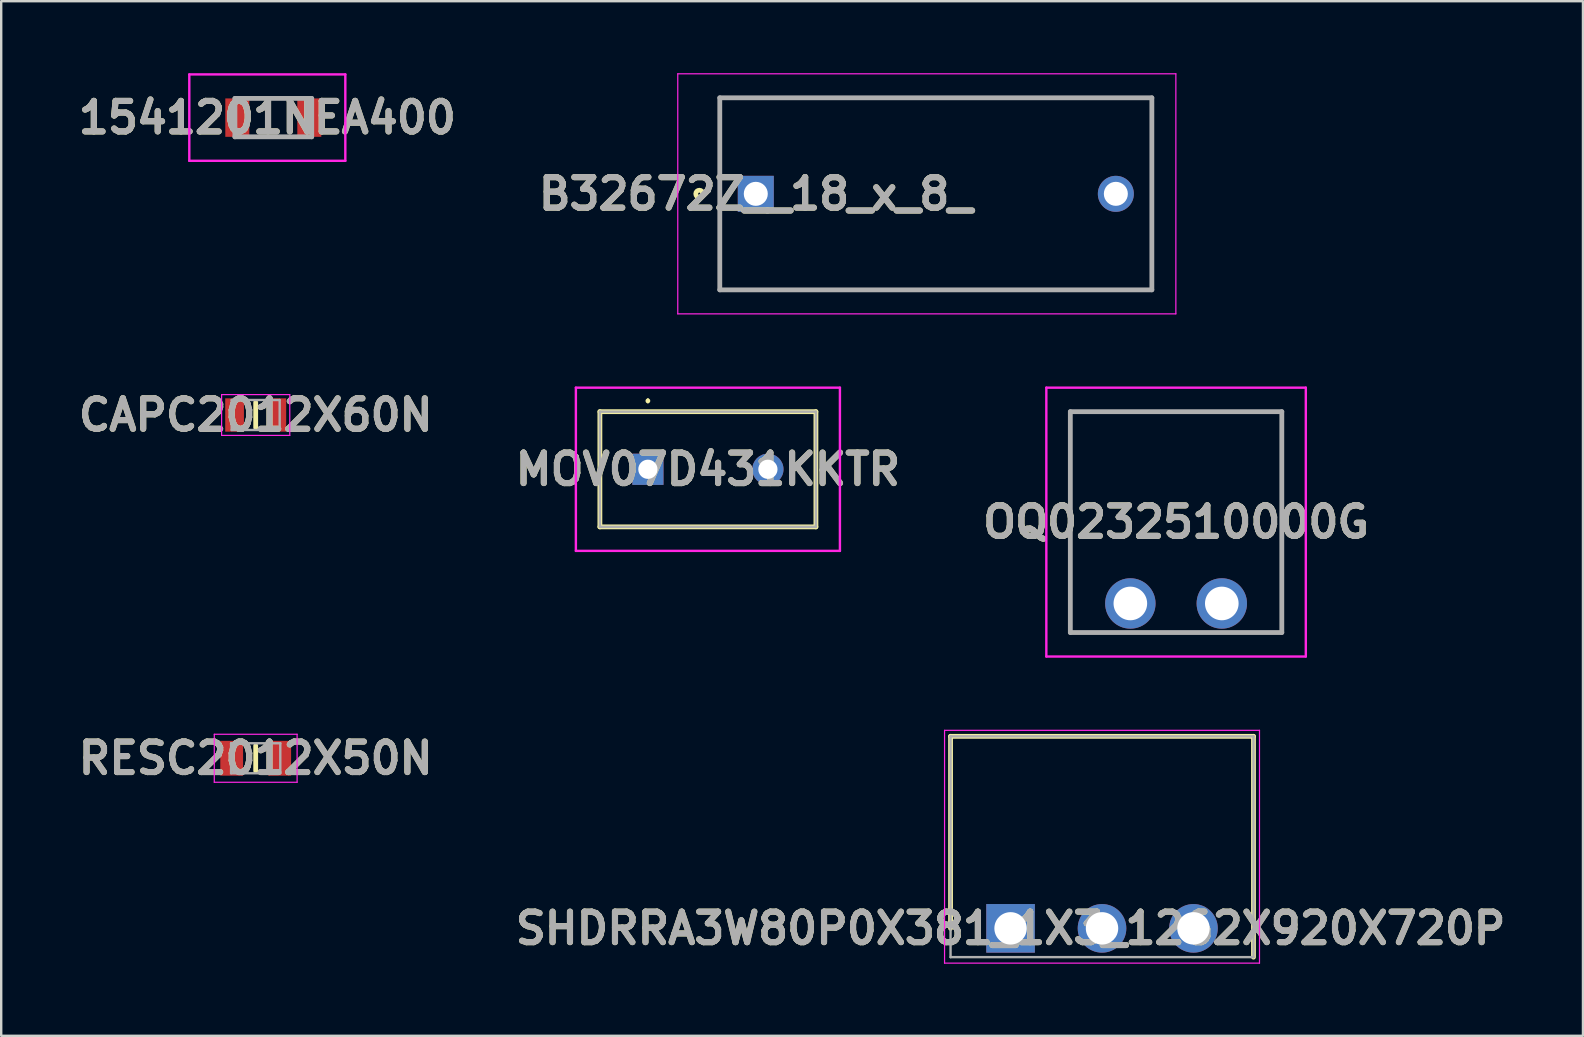
<source format=kicad_pcb>
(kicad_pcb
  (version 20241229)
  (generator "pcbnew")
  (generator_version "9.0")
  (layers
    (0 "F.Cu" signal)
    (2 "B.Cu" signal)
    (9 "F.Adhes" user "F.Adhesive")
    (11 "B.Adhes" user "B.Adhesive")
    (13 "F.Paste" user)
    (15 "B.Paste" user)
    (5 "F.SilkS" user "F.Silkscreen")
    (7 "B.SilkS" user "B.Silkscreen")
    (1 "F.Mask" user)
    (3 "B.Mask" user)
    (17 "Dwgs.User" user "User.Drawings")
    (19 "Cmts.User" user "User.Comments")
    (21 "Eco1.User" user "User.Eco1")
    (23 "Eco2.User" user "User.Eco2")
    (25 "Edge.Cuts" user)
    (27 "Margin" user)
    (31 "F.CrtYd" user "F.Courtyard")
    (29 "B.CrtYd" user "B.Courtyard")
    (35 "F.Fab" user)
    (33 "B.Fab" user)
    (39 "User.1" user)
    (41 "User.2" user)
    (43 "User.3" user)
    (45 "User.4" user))
  (footprint "MOV07D431KKTR"
    (layer "F.Cu")
    (at 23.941 16.5)
    (property "Reference" "MOV07D431KKTR" (at 2.5 0 0) (layer "F.SilkS") (effects (font (size 1.27 1.27) (thickness 0.254))))
    (attr through_hole)
    (fp_line (start -2 -2.4) (end -2 2.4) (stroke (width 0.2) (type solid)) (layer "F.SilkS"))
    (fp_line (start -2 2.4) (end 7 2.4) (stroke (width 0.2) (type solid)) (layer "F.SilkS"))
    (fp_line (start 0 -2.9) (end 0 -2.9) (stroke (width 0.1) (type solid)) (layer "F.SilkS"))
    (fp_line (start 0 -2.8) (end 0 -2.8) (stroke (width 0.1) (type solid)) (layer "F.SilkS"))
    (fp_line (start 7 -2.4) (end -2 -2.4) (stroke (width 0.2) (type solid)) (layer "F.SilkS"))
    (fp_line (start 7 2.4) (end 7 -2.4) (stroke (width 0.2) (type solid)) (layer "F.SilkS"))
    (fp_arc (start 0 -2.9) (mid 0.05 -2.85) (end 0 -2.8) (stroke (width 0.1) (type solid)) (layer "F.SilkS"))
    (fp_arc (start 0 -2.8) (mid -0.05 -2.85) (end 0 -2.9) (stroke (width 0.1) (type solid)) (layer "F.SilkS"))
    (fp_line (start -3 -3.4) (end 8 -3.4) (stroke (width 0.1) (type solid)) (layer "F.CrtYd"))
    (fp_line (start -3 3.4) (end -3 -3.4) (stroke (width 0.1) (type solid)) (layer "F.CrtYd"))
    (fp_line (start 8 -3.4) (end 8 3.4) (stroke (width 0.1) (type solid)) (layer "F.CrtYd"))
    (fp_line (start 8 3.4) (end -3 3.4) (stroke (width 0.1) (type solid)) (layer "F.CrtYd"))
    (fp_line (start -2 -2.4) (end -2 2.4) (stroke (width 0.1) (type solid)) (layer "F.Fab"))
    (fp_line (start -2 2.4) (end 7 2.4) (stroke (width 0.1) (type solid)) (layer "F.Fab"))
    (fp_line (start 7 -2.4) (end -2 -2.4) (stroke (width 0.1) (type solid)) (layer "F.Fab"))
    (fp_line (start 7 2.4) (end 7 -2.4) (stroke (width 0.1) (type solid)) (layer "F.Fab"))
    (fp_text user "${REFERENCE}" (at 2.5 0 0) (layer "F.Fab") (effects (font (size 1.27 1.27) (thickness 0.254))))
    (pad "1" thru_hole rect (at 0 0) (size 1.3 1.3) (drill 0.8) (layers "*.Cu" "*.Mask"))
    (pad "2" thru_hole circle (at 5 0) (size 1.3 1.3) (drill 0.8) (layers "*.Cu" "*.Mask")))
  (footprint "1541201NEA400"
    (layer "F.Cu")
    (at 8.336 1.85)
    (property "Reference" "1541201NEA400" (at -0.25 0 0) (layer "F.SilkS") (effects (font (size 1.27 1.27) (thickness 0.254))))
    (attr smd)
    (fp_line (start -2.5 0) (end -2.5 0) (stroke (width 0.1) (type solid)) (layer "F.SilkS"))
    (fp_line (start -2.4 0) (end -2.4 0) (stroke (width 0.1) (type solid)) (layer "F.SilkS"))
    (fp_line (start -0.6 -0.8) (end 0.6 -0.8) (stroke (width 0.1) (type solid)) (layer "F.SilkS"))
    (fp_line (start -0.6 0.8) (end 0.6 0.8) (stroke (width 0.1) (type solid)) (layer "F.SilkS"))
    (fp_arc (start -2.5 0) (mid -2.45 -0.05) (end -2.4 0) (stroke (width 0.1) (type solid)) (layer "F.SilkS"))
    (fp_arc (start -2.4 0) (mid -2.45 0.05) (end -2.5 0) (stroke (width 0.1) (type solid)) (layer "F.SilkS"))
    (fp_line (start -3.5 -1.8) (end 3 -1.8) (stroke (width 0.1) (type solid)) (layer "F.CrtYd"))
    (fp_line (start -3.5 1.8) (end -3.5 -1.8) (stroke (width 0.1) (type solid)) (layer "F.CrtYd"))
    (fp_line (start 3 -1.8) (end 3 1.8) (stroke (width 0.1) (type solid)) (layer "F.CrtYd"))
    (fp_line (start 3 1.8) (end -3.5 1.8) (stroke (width 0.1) (type solid)) (layer "F.CrtYd"))
    (fp_line (start -1.6 -0.8) (end 1.6 -0.8) (stroke (width 0.2) (type solid)) (layer "F.Fab"))
    (fp_line (start -1.6 0.8) (end -1.6 -0.8) (stroke (width 0.2) (type solid)) (layer "F.Fab"))
    (fp_line (start 1.6 -0.8) (end 1.6 0.8) (stroke (width 0.2) (type solid)) (layer "F.Fab"))
    (fp_line (start 1.6 0.8) (end -1.6 0.8) (stroke (width 0.2) (type solid)) (layer "F.Fab"))
    (fp_text user "${REFERENCE}" (at -0.25 0 0) (layer "F.Fab") (effects (font (size 1.27 1.27) (thickness 0.254))))
    (pad "1" smd rect (at -1.5 0) (size 1 1.6) (layers "F.Cu" "F.Mask" "F.Paste"))
    (pad "2" smd rect (at 1.5 0) (size 1 1.6) (layers "F.Cu" "F.Mask" "F.Paste")))
  (footprint "B32672Z__18_x_8_"
    (layer "F.Cu")
    (at 28.436 5.025)
    (property "Reference" "B32672Z__18_x_8_" (at 0 0 0) (layer "F.SilkS") (effects (font (size 1.27 1.27) (thickness 0.254))))
    (attr through_hole)
    (fp_line (start -1.5 -4) (end 16.5 -4) (stroke (width 0.1) (type solid)) (layer "F.SilkS"))
    (fp_line (start -1.5 4) (end -1.5 -4) (stroke (width 0.1) (type solid)) (layer "F.SilkS"))
    (fp_line (start 16.5 -4) (end 16.5 4) (stroke (width 0.1) (type solid)) (layer "F.SilkS"))
    (fp_line (start 16.5 4) (end -1.5 4) (stroke (width 0.1) (type solid)) (layer "F.SilkS"))
    (fp_circle (center -2.35 0) (end -2.35 0.05) (stroke (width 0.2) (type solid)) (fill no) (layer "F.SilkS"))
    (fp_line (start -3.25 -5) (end 17.5 -5) (stroke (width 0.05) (type solid)) (layer "F.CrtYd"))
    (fp_line (start -3.25 5) (end -3.25 -5) (stroke (width 0.05) (type solid)) (layer "F.CrtYd"))
    (fp_line (start 17.5 -5) (end 17.5 5) (stroke (width 0.05) (type solid)) (layer "F.CrtYd"))
    (fp_line (start 17.5 5) (end -3.25 5) (stroke (width 0.05) (type solid)) (layer "F.CrtYd"))
    (fp_line (start -1.5 -4) (end 16.5 -4) (stroke (width 0.2) (type solid)) (layer "F.Fab"))
    (fp_line (start -1.5 4) (end -1.5 -4) (stroke (width 0.2) (type solid)) (layer "F.Fab"))
    (fp_line (start 16.5 -4) (end 16.5 4) (stroke (width 0.2) (type solid)) (layer "F.Fab"))
    (fp_line (start 16.5 4) (end -1.5 4) (stroke (width 0.2) (type solid)) (layer "F.Fab"))
    (fp_text user "${REFERENCE}" (at 0 0 0) (layer "F.Fab") (effects (font (size 1.27 1.27) (thickness 0.254))))
    (pad "1" thru_hole rect (at 0 0) (size 1.5 1.5) (drill 1) (layers "*.Cu" "*.Mask"))
    (pad "2" thru_hole circle (at 15 0) (size 1.5 1.5) (drill 1) (layers "*.Cu" "*.Mask")))
  (footprint "CAPC2012X60N"
    (layer "F.Cu")
    (at 7.602 14.239)
    (property "Reference" "CAPC2012X60N" (at 0 0 0) (layer "F.SilkS") (effects (font (size 1.27 1.27) (thickness 0.254))))
    (attr smd)
    (fp_line (start 0 -0.525) (end 0 0.525) (stroke (width 0.2) (type solid)) (layer "F.SilkS"))
    (fp_line (start -1.42 -0.85) (end 1.42 -0.85) (stroke (width 0.05) (type solid)) (layer "F.CrtYd"))
    (fp_line (start -1.42 0.85) (end -1.42 -0.85) (stroke (width 0.05) (type solid)) (layer "F.CrtYd"))
    (fp_line (start 1.42 -0.85) (end 1.42 0.85) (stroke (width 0.05) (type solid)) (layer "F.CrtYd"))
    (fp_line (start 1.42 0.85) (end -1.42 0.85) (stroke (width 0.05) (type solid)) (layer "F.CrtYd"))
    (fp_line (start -1 -0.625) (end 1 -0.625) (stroke (width 0.1) (type solid)) (layer "F.Fab"))
    (fp_line (start -1 0.625) (end -1 -0.625) (stroke (width 0.1) (type solid)) (layer "F.Fab"))
    (fp_line (start 1 -0.625) (end 1 0.625) (stroke (width 0.1) (type solid)) (layer "F.Fab"))
    (fp_line (start 1 0.625) (end -1 0.625) (stroke (width 0.1) (type solid)) (layer "F.Fab"))
    (fp_text user "${REFERENCE}" (at 0 0 0) (layer "F.Fab") (effects (font (size 1.27 1.27) (thickness 0.254))))
    (pad "1" smd rect (at -0.88 0) (size 0.78 1.39) (layers "F.Cu" "F.Mask" "F.Paste"))
    (pad "2" smd rect (at 0.88 0) (size 0.78 1.39) (layers "F.Cu" "F.Mask" "F.Paste")))
  (footprint "OQ0232510000G"
    (layer "F.Cu")
    (at 44.04 22.09)
    (property "Reference" "OQ0232510000G" (at 1.905 -3.39 0) (layer "F.SilkS") (effects (font (size 1.27 1.27) (thickness 0.254))))
    (attr through_hole)
    (fp_line (start -2.5 -7.99) (end 6.31 -7.99) (stroke (width 0.1) (type solid)) (layer "F.SilkS"))
    (fp_line (start -2.5 1.21) (end -2.5 -7.99) (stroke (width 0.1) (type solid)) (layer "F.SilkS"))
    (fp_line (start 6.31 -7.99) (end 6.31 1.21) (stroke (width 0.1) (type solid)) (layer "F.SilkS"))
    (fp_line (start 6.31 1.21) (end -2.5 1.21) (stroke (width 0.1) (type solid)) (layer "F.SilkS"))
    (fp_line (start -3.5 -8.99) (end 7.31 -8.99) (stroke (width 0.1) (type solid)) (layer "F.CrtYd"))
    (fp_line (start -3.5 2.21) (end -3.5 -8.99) (stroke (width 0.1) (type solid)) (layer "F.CrtYd"))
    (fp_line (start 7.31 -8.99) (end 7.31 2.21) (stroke (width 0.1) (type solid)) (layer "F.CrtYd"))
    (fp_line (start 7.31 2.21) (end -3.5 2.21) (stroke (width 0.1) (type solid)) (layer "F.CrtYd"))
    (fp_line (start -2.5 -7.99) (end 6.31 -7.99) (stroke (width 0.2) (type solid)) (layer "F.Fab"))
    (fp_line (start -2.5 1.21) (end -2.5 -7.99) (stroke (width 0.2) (type solid)) (layer "F.Fab"))
    (fp_line (start 6.31 -7.99) (end 6.31 1.21) (stroke (width 0.2) (type solid)) (layer "F.Fab"))
    (fp_line (start 6.31 1.21) (end -2.5 1.21) (stroke (width 0.2) (type solid)) (layer "F.Fab"))
    (fp_text user "${REFERENCE}" (at 1.905 -3.39 0) (layer "F.Fab") (effects (font (size 1.27 1.27) (thickness 0.254))))
    (pad "1" thru_hole circle (at 0 0) (size 2.1 2.1) (drill 1.4) (layers "*.Cu" "*.Mask"))
    (pad "2" thru_hole circle (at 3.81 0) (size 2.1 2.1) (drill 1.4) (layers "*.Cu" "*.Mask")))
  (footprint "RESC2012X50N"
    (layer "F.Cu")
    (at 7.602 28.539)
    (property "Reference" "RESC2012X50N" (at 0 0 0) (layer "F.SilkS") (effects (font (size 1.27 1.27) (thickness 0.254))))
    (attr smd)
    (fp_line (start 0 -0.525) (end 0 0.525) (stroke (width 0.2) (type solid)) (layer "F.SilkS"))
    (fp_line (start -1.725 -1) (end 1.725 -1) (stroke (width 0.05) (type solid)) (layer "F.CrtYd"))
    (fp_line (start -1.725 1) (end -1.725 -1) (stroke (width 0.05) (type solid)) (layer "F.CrtYd"))
    (fp_line (start 1.725 -1) (end 1.725 1) (stroke (width 0.05) (type solid)) (layer "F.CrtYd"))
    (fp_line (start 1.725 1) (end -1.725 1) (stroke (width 0.05) (type solid)) (layer "F.CrtYd"))
    (fp_line (start -1.025 -0.625) (end 1.025 -0.625) (stroke (width 0.1) (type solid)) (layer "F.Fab"))
    (fp_line (start -1.025 0.625) (end -1.025 -0.625) (stroke (width 0.1) (type solid)) (layer "F.Fab"))
    (fp_line (start 1.025 -0.625) (end 1.025 0.625) (stroke (width 0.1) (type solid)) (layer "F.Fab"))
    (fp_line (start 1.025 0.625) (end -1.025 0.625) (stroke (width 0.1) (type solid)) (layer "F.Fab"))
    (fp_text user "${REFERENCE}" (at 0 0 0) (layer "F.Fab") (effects (font (size 1.27 1.27) (thickness 0.254))))
    (pad "1" smd rect (at -1 0) (size 0.95 1.45) (layers "F.Cu" "F.Mask" "F.Paste"))
    (pad "2" smd rect (at 1 0) (size 0.95 1.45) (layers "F.Cu" "F.Mask" "F.Paste")))
  (footprint "SHDRRA3W80P0X381_1X3_1262X920X720P"
    (layer "F.Cu")
    (at 39.05 35.625)
    (property "Reference" "SHDRRA3W80P0X381_1X3_1262X920X720P" (at 0 0 0) (layer "F.SilkS") (effects (font (size 1.27 1.27) (thickness 0.254))))
    (attr through_hole)
    (fp_line (start -2.5 -8) (end 10.12 -8) (stroke (width 0.2) (type solid)) (layer "F.SilkS"))
    (fp_line (start -2.5 0) (end -2.5 -8) (stroke (width 0.2) (type solid)) (layer "F.SilkS"))
    (fp_line (start 10.12 -8) (end 10.12 1.2) (stroke (width 0.2) (type solid)) (layer "F.SilkS"))
    (fp_line (start -2.75 -8.25) (end -2.75 1.45) (stroke (width 0.05) (type solid)) (layer "F.CrtYd"))
    (fp_line (start -2.75 1.45) (end 10.37 1.45) (stroke (width 0.05) (type solid)) (layer "F.CrtYd"))
    (fp_line (start 10.37 -8.25) (end -2.75 -8.25) (stroke (width 0.05) (type solid)) (layer "F.CrtYd"))
    (fp_line (start 10.37 1.45) (end 10.37 -8.25) (stroke (width 0.05) (type solid)) (layer "F.CrtYd"))
    (fp_line (start -2.5 -8) (end 10.12 -8) (stroke (width 0.1) (type solid)) (layer "F.Fab"))
    (fp_line (start -2.5 1.2) (end -2.5 -8) (stroke (width 0.1) (type solid)) (layer "F.Fab"))
    (fp_line (start 10.12 -8) (end 10.12 1.2) (stroke (width 0.1) (type solid)) (layer "F.Fab"))
    (fp_line (start 10.12 1.2) (end -2.5 1.2) (stroke (width 0.1) (type solid)) (layer "F.Fab"))
    (fp_text user "${REFERENCE}" (at 0 0 0) (layer "F.Fab") (effects (font (size 1.27 1.27) (thickness 0.254))))
    (pad "1" thru_hole rect (at 0 0) (size 2.025 2.025) (drill 1.35) (layers "*.Cu" "*.Mask"))
    (pad "2" thru_hole circle (at 3.81 0) (size 2.025 2.025) (drill 1.35) (layers "*.Cu" "*.Mask"))
    (pad "3" thru_hole circle (at 7.62 0) (size 2.025 2.025) (drill 1.35) (layers "*.Cu" "*.Mask")))
  (gr_rect
    (start -3 -3)
    (end 62.896 40.1)
    (stroke (width 0.1) (type default))
    (fill no)
    (layer "Edge.Cuts")))
</source>
